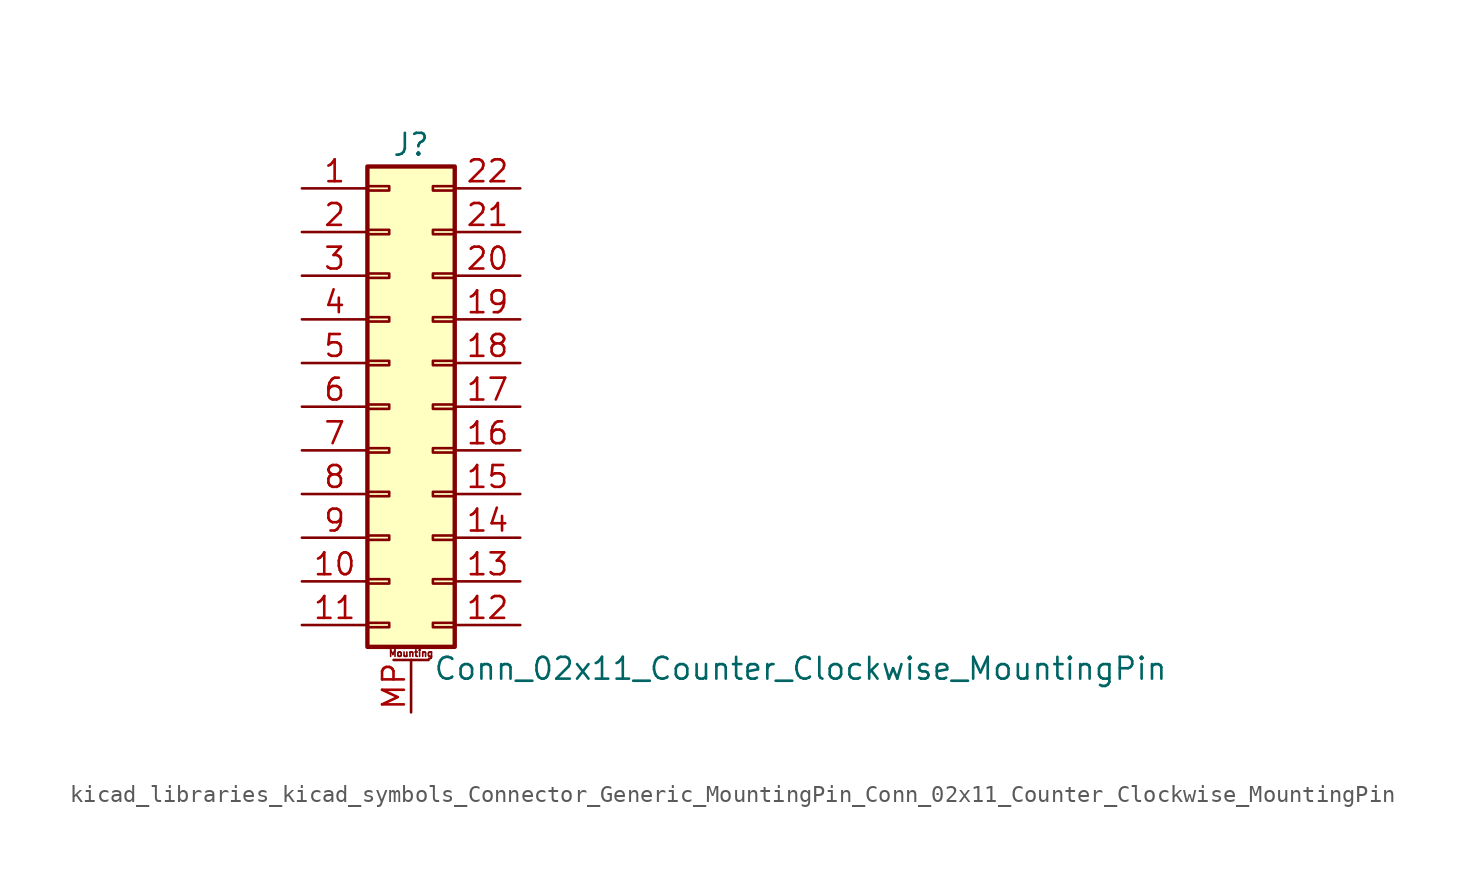
<source format=kicad_sym>
(kicad_symbol_lib
  (version 20220914)
  (generator kicad_symbol_editor)
  (symbol "kicad_libraries_kicad_symbols_Connector_Generic_MountingPin_Conn_02x11_Counter_Clockwise_MountingPin"
    (pin_names
      (offset 1.016) hide)
    (property "Reference" "J"
      (at 1.27 15.24 0)
      (effects (font (size 1.27 1.27))))
    (property "Value" "Conn_02x11_Counter_Clockwise_MountingPin"
      (at 2.54 -15.24 0)
      (effects (font (size 1.27 1.27)) (justify left)))
    (symbol "kicad_libraries_kicad_symbols_Connector_Generic_MountingPin_Conn_02x11_Counter_Clockwise_MountingPin_1_1"
      (rectangle (start -1.27 -12.573) (end 0 -12.827) (stroke (width 0.152) (type default)) (fill (type none)))
      (rectangle (start -1.27 -10.033) (end 0 -10.287) (stroke (width 0.152) (type default)) (fill (type none)))
      (rectangle (start -1.27 -7.493) (end 0 -7.747) (stroke (width 0.152) (type default)) (fill (type none)))
      (rectangle (start -1.27 -4.953) (end 0 -5.207) (stroke (width 0.152) (type default)) (fill (type none)))
      (rectangle (start -1.27 -2.413) (end 0 -2.667) (stroke (width 0.152) (type default)) (fill (type none)))
      (rectangle (start -1.27 0.127) (end 0 -0.127) (stroke (width 0.152) (type default)) (fill (type none)))
      (rectangle (start -1.27 2.667) (end 0 2.413) (stroke (width 0.152) (type default)) (fill (type none)))
      (rectangle (start -1.27 5.207) (end 0 4.953) (stroke (width 0.152) (type default)) (fill (type none)))
      (rectangle (start -1.27 7.747) (end 0 7.493) (stroke (width 0.152) (type default)) (fill (type none)))
      (rectangle (start -1.27 10.287) (end 0 10.033) (stroke (width 0.152) (type default)) (fill (type none)))
      (rectangle (start -1.27 12.827) (end 0 12.573) (stroke (width 0.152) (type default)) (fill (type none)))
      (rectangle (start -1.27 13.97) (end 3.81 -13.97) (stroke (width 0.254) (type default)) (fill (type background)))
      (polyline (pts (xy 0.254 -14.732) (xy 2.286 -14.732)) (stroke (width 0.152) (type default)) (fill (type none)))
      (rectangle (start 3.81 -12.573) (end 2.54 -12.827) (stroke (width 0.152) (type default)) (fill (type none)))
      (rectangle (start 3.81 -10.033) (end 2.54 -10.287) (stroke (width 0.152) (type default)) (fill (type none)))
      (rectangle (start 3.81 -7.493) (end 2.54 -7.747) (stroke (width 0.152) (type default)) (fill (type none)))
      (rectangle (start 3.81 -4.953) (end 2.54 -5.207) (stroke (width 0.152) (type default)) (fill (type none)))
      (rectangle (start 3.81 -2.413) (end 2.54 -2.667) (stroke (width 0.152) (type default)) (fill (type none)))
      (rectangle (start 3.81 0.127) (end 2.54 -0.127) (stroke (width 0.152) (type default)) (fill (type none)))
      (rectangle (start 3.81 2.667) (end 2.54 2.413) (stroke (width 0.152) (type default)) (fill (type none)))
      (rectangle (start 3.81 5.207) (end 2.54 4.953) (stroke (width 0.152) (type default)) (fill (type none)))
      (rectangle (start 3.81 7.747) (end 2.54 7.493) (stroke (width 0.152) (type default)) (fill (type none)))
      (rectangle (start 3.81 10.287) (end 2.54 10.033) (stroke (width 0.152) (type default)) (fill (type none)))
      (rectangle (start 3.81 12.827) (end 2.54 12.573) (stroke (width 0.152) (type default)) (fill (type none)))
      (text "Mounting" (at 1.27 -14.351 0) (effects (font (size 0.381 0.381))))
      (pin passive line (at -5.08 12.7 0) (length 3.81) (name "Pin_1" (effects (font (size 1.27 1.27)))) (number "1" (effects (font (size 1.27 1.27)))))
      (pin passive line (at -5.08 -10.16 0) (length 3.81) (name "Pin_10" (effects (font (size 1.27 1.27)))) (number "10" (effects (font (size 1.27 1.27)))))
      (pin passive line (at -5.08 -12.7 0) (length 3.81) (name "Pin_11" (effects (font (size 1.27 1.27)))) (number "11" (effects (font (size 1.27 1.27)))))
      (pin passive line (at 7.62 -12.7 180) (length 3.81) (name "Pin_12" (effects (font (size 1.27 1.27)))) (number "12" (effects (font (size 1.27 1.27)))))
      (pin passive line (at 7.62 -10.16 180) (length 3.81) (name "Pin_13" (effects (font (size 1.27 1.27)))) (number "13" (effects (font (size 1.27 1.27)))))
      (pin passive line (at 7.62 -7.62 180) (length 3.81) (name "Pin_14" (effects (font (size 1.27 1.27)))) (number "14" (effects (font (size 1.27 1.27)))))
      (pin passive line (at 7.62 -5.08 180) (length 3.81) (name "Pin_15" (effects (font (size 1.27 1.27)))) (number "15" (effects (font (size 1.27 1.27)))))
      (pin passive line (at 7.62 -2.54 180) (length 3.81) (name "Pin_16" (effects (font (size 1.27 1.27)))) (number "16" (effects (font (size 1.27 1.27)))))
      (pin passive line (at 7.62 0 180) (length 3.81) (name "Pin_17" (effects (font (size 1.27 1.27)))) (number "17" (effects (font (size 1.27 1.27)))))
      (pin passive line (at 7.62 2.54 180) (length 3.81) (name "Pin_18" (effects (font (size 1.27 1.27)))) (number "18" (effects (font (size 1.27 1.27)))))
      (pin passive line (at 7.62 5.08 180) (length 3.81) (name "Pin_19" (effects (font (size 1.27 1.27)))) (number "19" (effects (font (size 1.27 1.27)))))
      (pin passive line (at -5.08 10.16 0) (length 3.81) (name "Pin_2" (effects (font (size 1.27 1.27)))) (number "2" (effects (font (size 1.27 1.27)))))
      (pin passive line (at 7.62 7.62 180) (length 3.81) (name "Pin_20" (effects (font (size 1.27 1.27)))) (number "20" (effects (font (size 1.27 1.27)))))
      (pin passive line (at 7.62 10.16 180) (length 3.81) (name "Pin_21" (effects (font (size 1.27 1.27)))) (number "21" (effects (font (size 1.27 1.27)))))
      (pin passive line (at 7.62 12.7 180) (length 3.81) (name "Pin_22" (effects (font (size 1.27 1.27)))) (number "22" (effects (font (size 1.27 1.27)))))
      (pin passive line (at -5.08 7.62 0) (length 3.81) (name "Pin_3" (effects (font (size 1.27 1.27)))) (number "3" (effects (font (size 1.27 1.27)))))
      (pin passive line (at -5.08 5.08 0) (length 3.81) (name "Pin_4" (effects (font (size 1.27 1.27)))) (number "4" (effects (font (size 1.27 1.27)))))
      (pin passive line (at -5.08 2.54 0) (length 3.81) (name "Pin_5" (effects (font (size 1.27 1.27)))) (number "5" (effects (font (size 1.27 1.27)))))
      (pin passive line (at -5.08 0 0) (length 3.81) (name "Pin_6" (effects (font (size 1.27 1.27)))) (number "6" (effects (font (size 1.27 1.27)))))
      (pin passive line (at -5.08 -2.54 0) (length 3.81) (name "Pin_7" (effects (font (size 1.27 1.27)))) (number "7" (effects (font (size 1.27 1.27)))))
      (pin passive line (at -5.08 -5.08 0) (length 3.81) (name "Pin_8" (effects (font (size 1.27 1.27)))) (number "8" (effects (font (size 1.27 1.27)))))
      (pin passive line (at -5.08 -7.62 0) (length 3.81) (name "Pin_9" (effects (font (size 1.27 1.27)))) (number "9" (effects (font (size 1.27 1.27)))))
      (pin passive line (at 1.27 -17.78 90) (length 3.048) (name "MountPin" (effects (font (size 1.27 1.27)))) (number "MP" (effects (font (size 1.27 1.27))))))))
</source>
